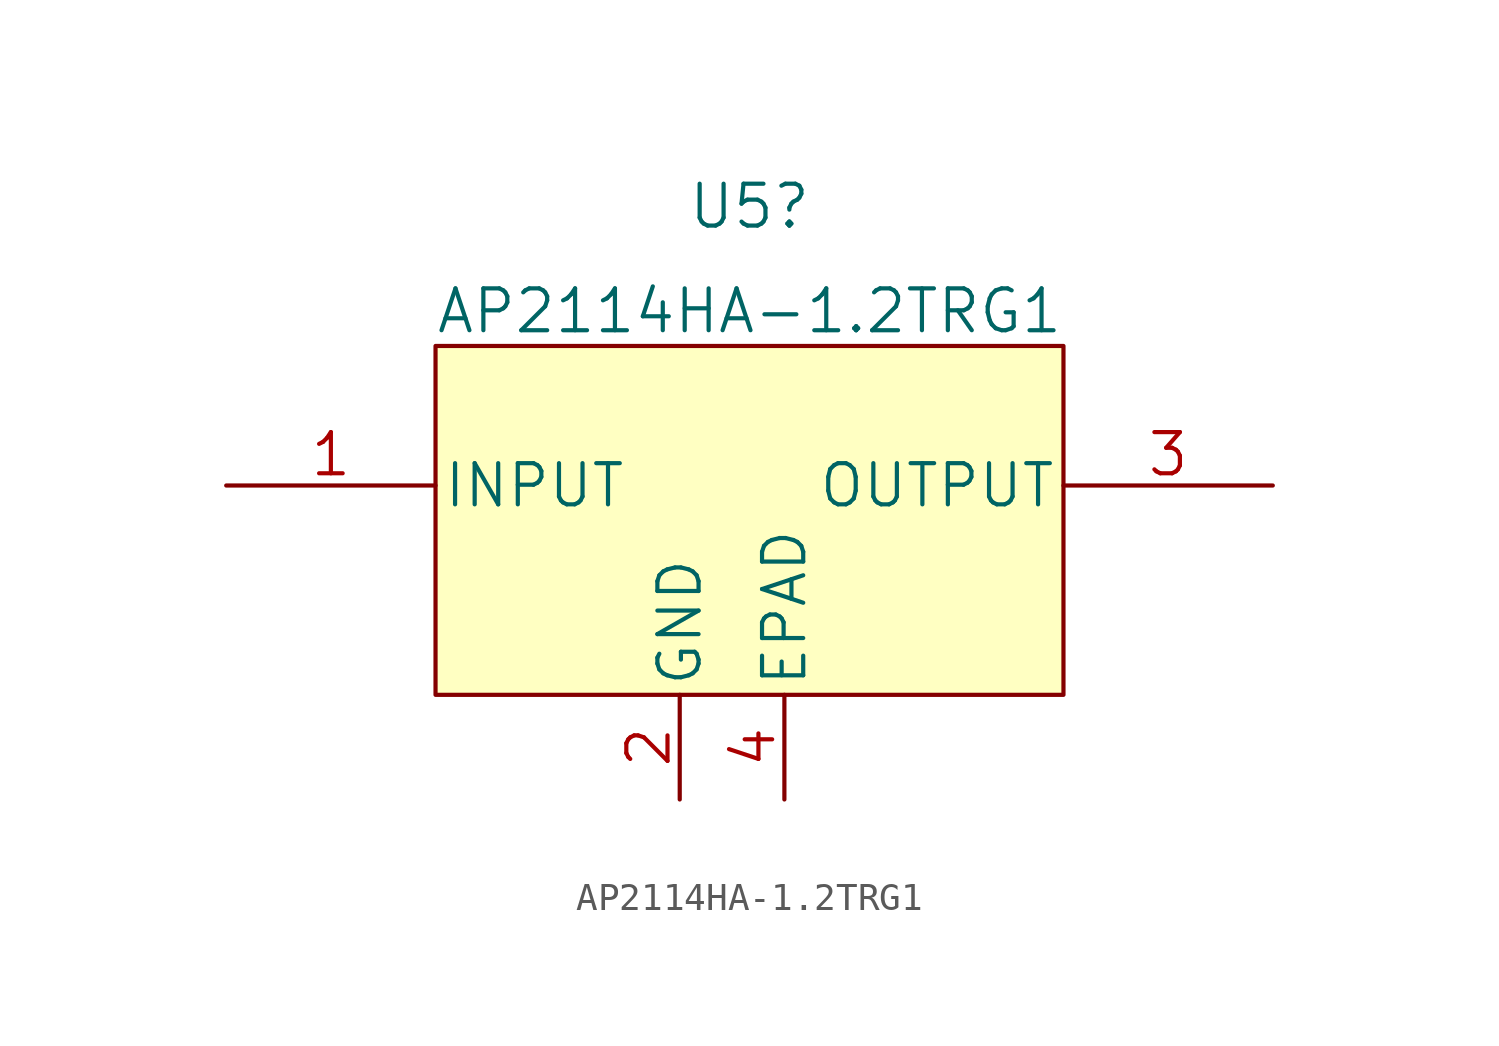
<source format=kicad_sym>
(kicad_symbol_lib
  (version 20211014)
  (generator kicad_symbol_editor)
  (symbol "AP2114HA-1.2TRG1"
    (pin_names
      (offset 0.254))
    (property "Reference" "U5"
      (at 27.94 10.16 0)
      (effects (font (size 1.524 1.524))))
    (property "Value" "AP2114HA-1.2TRG1"
      (at 27.94 6.35 0)
      (effects (font (size 1.524 1.524))))
    (property "ki_locked" ""
      (at 0 0 0)
      (effects (font (size 1.27 1.27))))
    (symbol "AP2114HA-1.2TRG1_0_1"
      (rectangle (start 16.51 5.08) (end 39.37 -7.62) (stroke (width 0) (type default) (color 0 0 0 0)) (fill (type background))))
    (symbol "AP2114HA-1.2TRG1_1_1"
      (pin input line (at 8.89 0 0) (length 7.62) (name "INPUT" (effects (font (size 1.499 1.499)))) (number "1" (effects (font (size 1.499 1.499)))))
      (pin power_in line (at 25.4 -11.43 90) (length 3.81) (name "GND" (effects (font (size 1.499 1.499)))) (number "2" (effects (font (size 1.499 1.499)))))
      (pin output line (at 46.99 0 180) (length 7.62) (name "OUTPUT" (effects (font (size 1.499 1.499)))) (number "3" (effects (font (size 1.499 1.499)))))
      (pin power_in line (at 29.21 -11.43 90) (length 3.81) (name "EPAD" (effects (font (size 1.499 1.499)))) (number "4" (effects (font (size 1.499 1.499))))))))
</source>
